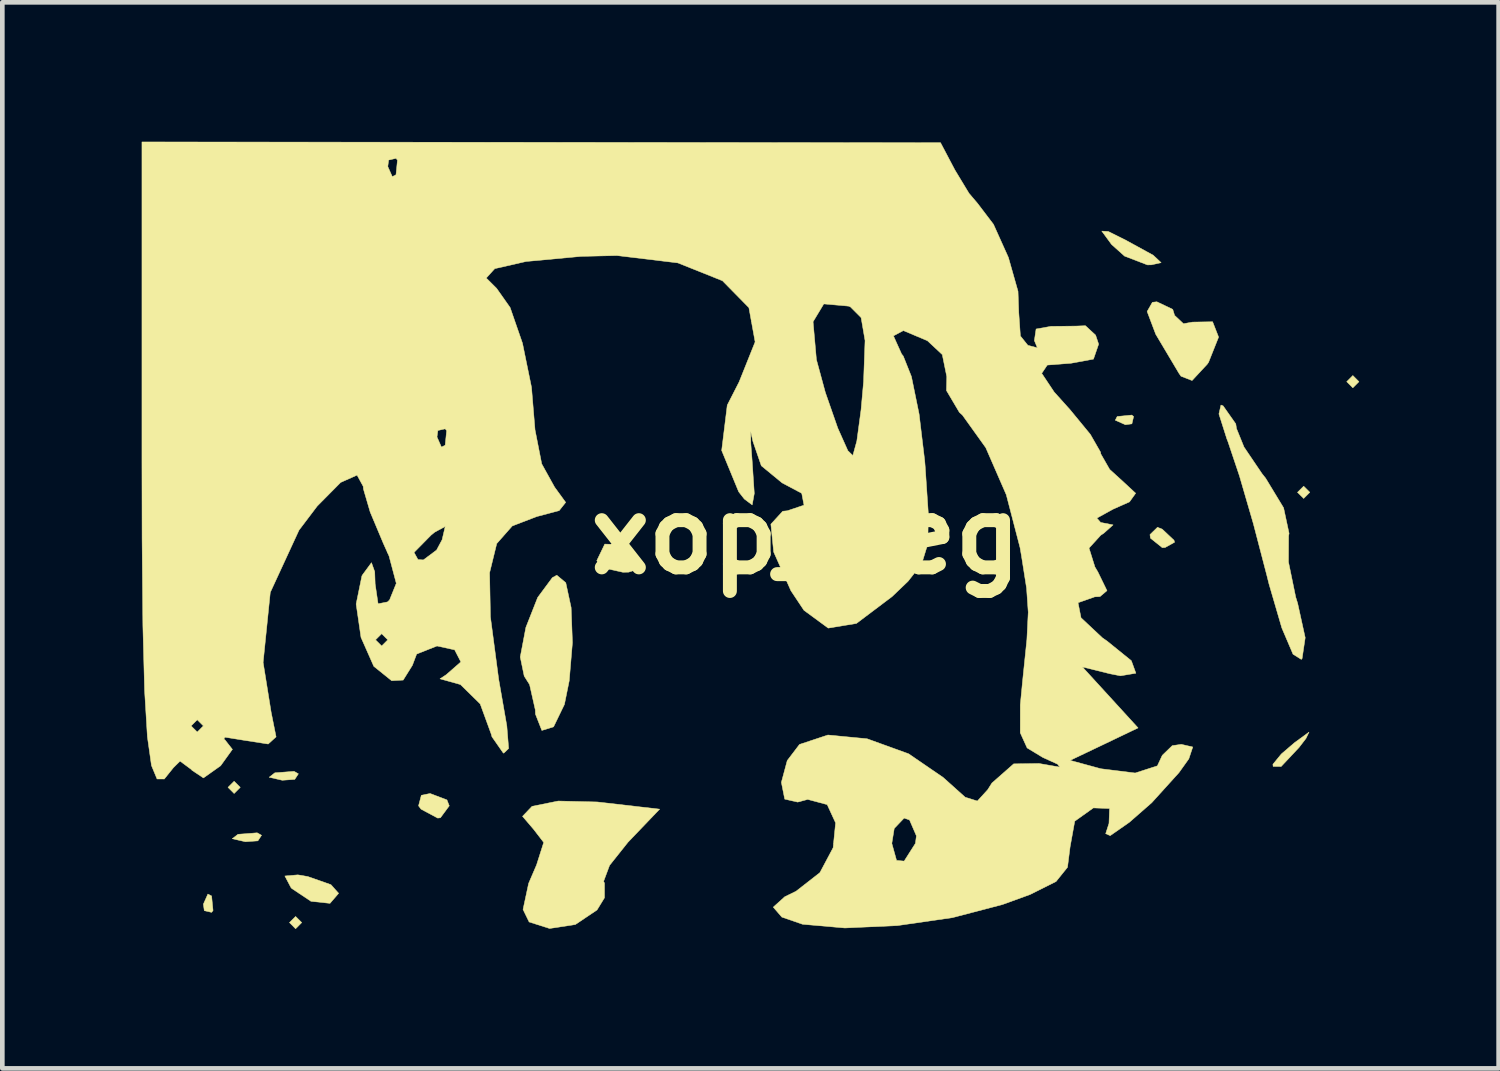
<source format=kicad_pcb>
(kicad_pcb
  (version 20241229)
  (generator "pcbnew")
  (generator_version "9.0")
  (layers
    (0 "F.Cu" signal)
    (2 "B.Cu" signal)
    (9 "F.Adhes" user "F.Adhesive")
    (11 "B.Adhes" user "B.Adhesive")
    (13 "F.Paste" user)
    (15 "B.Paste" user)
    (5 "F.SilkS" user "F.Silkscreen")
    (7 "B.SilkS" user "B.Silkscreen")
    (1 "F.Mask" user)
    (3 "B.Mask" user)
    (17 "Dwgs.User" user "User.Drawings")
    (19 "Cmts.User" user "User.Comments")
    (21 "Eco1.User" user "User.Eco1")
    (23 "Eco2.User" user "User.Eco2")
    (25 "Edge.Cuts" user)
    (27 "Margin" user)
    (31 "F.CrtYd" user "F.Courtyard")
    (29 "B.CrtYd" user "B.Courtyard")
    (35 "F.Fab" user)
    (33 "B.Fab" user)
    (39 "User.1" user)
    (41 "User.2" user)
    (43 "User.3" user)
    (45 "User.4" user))
  (footprint "xop_neg"
    (layer "F.Cu")
    (at 14.292 8.472)
    (property "Reference" "xop_neg" (at 0 0 0) (layer "F.SilkS") (effects (font (size 1.524 1.524) (thickness 0.3))))
    (attr through_hole)
    (fp_poly (pts (xy -12.171 5.424) (xy -12.303 5.556) (xy -12.435 5.424) (xy -12.303 5.292) (xy -12.171 5.424)) (stroke (width 0.01) (type solid)) (fill yes) (layer "F.SilkS"))
    (fp_poly (pts (xy -10.848 8.334) (xy -10.98 8.467) (xy -11.112 8.334) (xy -10.98 8.202) (xy -10.848 8.334)) (stroke (width 0.01) (type solid)) (fill yes) (layer "F.SilkS"))
    (fp_poly (pts (xy 10.848 -0.926) (xy 10.716 -0.794) (xy 10.583 -0.926) (xy 10.716 -1.058) (xy 10.848 -0.926)) (stroke (width 0.01) (type solid)) (fill yes) (layer "F.SilkS"))
    (fp_poly (pts (xy 11.906 -3.307) (xy 11.774 -3.175) (xy 11.642 -3.307) (xy 11.774 -3.44) (xy 11.906 -3.307)) (stroke (width 0.01) (type solid)) (fill yes) (layer "F.SilkS"))
    (fp_poly (pts (xy -12.788 7.761) (xy -12.757 8.075) (xy -12.788 8.114) (xy -12.945 8.078) (xy -12.965 7.938) (xy -12.868 7.72) (xy -12.788 7.761)) (stroke (width 0.01) (type solid)) (fill yes) (layer "F.SilkS"))
    (fp_poly (pts (xy -11.713 6.455) (xy -11.792 6.575) (xy -12.061 6.594) (xy -12.343 6.529) (xy -12.22 6.434) (xy -11.807 6.402) (xy -11.713 6.455)) (stroke (width 0.01) (type solid)) (fill yes) (layer "F.SilkS"))
    (fp_poly (pts (xy -10.92 5.132) (xy -10.998 5.252) (xy -11.267 5.271) (xy -11.549 5.206) (xy -11.427 5.111) (xy -11.013 5.079) (xy -10.92 5.132)) (stroke (width 0.01) (type solid)) (fill yes) (layer "F.SilkS"))
    (fp_poly (pts (xy 7.056 -2.558) (xy 7.019 -2.4) (xy 6.879 -2.381) (xy 6.661 -2.478) (xy 6.703 -2.558) (xy 7.017 -2.589) (xy 7.056 -2.558)) (stroke (width 0.01) (type solid)) (fill yes) (layer "F.SilkS"))
    (fp_poly (pts (xy -7.723 5.694) (xy -7.673 5.821) (xy -7.863 6.078) (xy -7.922 6.085) (xy -8.28 5.893) (xy -8.334 5.821) (xy -8.274 5.594) (xy -8.085 5.556) (xy -7.723 5.694)) (stroke (width 0.01) (type solid)) (fill yes) (layer "F.SilkS"))
    (fp_poly (pts (xy -3.945 0.2) (xy -3.702 0.4) (xy -3.534 0.702) (xy -3.812 0.792) (xy -3.936 0.794) (xy -4.384 0.695) (xy -4.498 0.545) (xy -4.326 0.188) (xy -3.945 0.2)) (stroke (width 0.01) (type solid)) (fill yes) (layer "F.SilkS"))
    (fp_poly (pts (xy 7.673 -0.132) (xy 7.925 0.105) (xy 7.938 0.148) (xy 7.733 0.262) (xy 7.673 0.265) (xy 7.419 0.061) (xy 7.408 -0.016) (xy 7.57 -0.174) (xy 7.673 -0.132)) (stroke (width 0.01) (type solid)) (fill yes) (layer "F.SilkS"))
    (fp_poly (pts (xy 10.765 4.372) (xy 10.617 4.564) (xy 10.231 4.975) (xy 10.059 4.974) (xy 10.054 4.927) (xy 10.235 4.706) (xy 10.517 4.464) (xy 10.831 4.235) (xy 10.765 4.372)) (stroke (width 0.01) (type solid)) (fill yes) (layer "F.SilkS"))
    (fp_poly (pts (xy -10.718 7.343) (xy -10.22 7.518) (xy -10.054 7.704) (xy -10.24 7.92) (xy -10.649 7.876) (xy -11.063 7.6) (xy -11.082 7.577) (xy -11.211 7.331) (xy -10.931 7.307) (xy -10.718 7.343)) (stroke (width 0.01) (type solid)) (fill yes) (layer "F.SilkS"))
    (fp_poly (pts (xy 6.511 -6.54) (xy 6.879 -6.357) (xy 7.478 -6.029) (xy 7.648 -5.869) (xy 7.438 -5.822) (xy 7.353 -5.821) (xy 6.861 -6.01) (xy 6.581 -6.261) (xy 6.371 -6.548) (xy 6.511 -6.54)) (stroke (width 0.01) (type solid)) (fill yes) (layer "F.SilkS"))
    (fp_poly (pts (xy 7.898 -4.864) (xy 7.938 -4.734) (xy 8.129 -4.555) (xy 8.326 -4.59) (xy 8.756 -4.597) (xy 8.885 -4.267) (xy 8.669 -3.725) (xy 8.642 -3.685) (xy 8.314 -3.332) (xy 8.076 -3.425) (xy 8.033 -3.486) (xy 7.532 -4.328) (xy 7.347 -4.818) (xy 7.46 -5.016) (xy 7.556 -5.027) (xy 7.898 -4.864)) (stroke (width 0.01) (type solid)) (fill yes) (layer "F.SilkS"))
    (fp_poly (pts (xy -5.165 1.02) (xy -5.05 1.554) (xy -5.022 2.308) (xy -5.091 3.13) (xy -5.194 3.638) (xy -5.428 4.121) (xy -5.68 4.199) (xy -5.818 3.847) (xy -5.821 3.757) (xy -5.944 3.212) (xy -6.06 3.029) (xy -6.145 2.619) (xy -6.024 1.981) (xy -5.77 1.337) (xy -5.454 0.91) (xy -5.358 0.858) (xy -5.165 1.02)) (stroke (width 0.01) (type solid)) (fill yes) (layer "F.SilkS"))
    (fp_poly (pts (xy -4.49 5.738) (xy -4.417 5.746) (xy -3.145 5.893) (xy -3.825 6.603) (xy -4.223 7.103) (xy -4.351 7.446) (xy -4.332 7.486) (xy -4.332 7.8) (xy -4.493 8.063) (xy -4.959 8.376) (xy -5.514 8.461) (xy -5.954 8.321) (xy -6.085 8.052) (xy -5.965 7.491) (xy -5.794 7.093) (xy -5.64 6.609) (xy -5.857 6.327) (xy -6.096 6.047) (xy -5.891 5.832) (xy -5.327 5.718) (xy -4.49 5.738)) (stroke (width 0.01) (type solid)) (fill yes) (layer "F.SilkS"))
    (fp_poly (pts (xy 8.982 -2.787) (xy 9.255 -2.399) (xy 9.27 -2.299) (xy 9.432 -1.9) (xy 9.82 -1.327) (xy 9.899 -1.227) (xy 10.284 -0.592) (xy 10.402 -0.042) (xy 10.392 0.012) (xy 10.389 0.574) (xy 10.545 1.331) (xy 10.586 1.462) (xy 10.749 2.203) (xy 10.682 2.651) (xy 10.665 2.67) (xy 10.487 2.558) (xy 10.246 1.993) (xy 9.97 1.048) (xy 9.923 0.86) (xy 9.633 -0.252) (xy 9.334 -1.279) (xy 9.086 -2.017) (xy 9.063 -2.075) (xy 8.892 -2.613) (xy 8.936 -2.805) (xy 8.982 -2.787)) (stroke (width 0.01) (type solid)) (fill yes) (layer "F.SilkS"))
    (fp_poly (pts (xy -5.694 -8.459) (xy 2.9 -8.451) (xy 3.21 -7.863) (xy 3.513 -7.362) (xy 3.698 -7.144) (xy 4.04 -6.694) (xy 4.361 -5.981) (xy 4.568 -5.252) (xy 4.584 -4.798) (xy 4.619 -4.291) (xy 4.78 -4.09) (xy 4.985 -4.036) (xy 4.92 -4.192) (xy 4.957 -4.441) (xy 5.276 -4.498) (xy 5.816 -4.504) (xy 6.019 -4.512) (xy 6.238 -4.309) (xy 6.303 -4.115) (xy 6.192 -3.793) (xy 5.708 -3.704) (xy 5.198 -3.665) (xy 5.078 -3.487) (xy 5.345 -3.086) (xy 5.689 -2.703) (xy 6.124 -2.174) (xy 6.344 -1.791) (xy 6.35 -1.752) (xy 6.54 -1.42) (xy 6.813 -1.172) (xy 7.1 -0.906) (xy 6.967 -0.72) (xy 6.615 -0.564) (xy 6.265 -0.371) (xy 6.346 -0.278) (xy 6.35 -0.277) (xy 6.614 -0.225) (xy 6.413 -0.045) (xy 6.35 -0.004) (xy 6.096 0.274) (xy 6.223 0.68) (xy 6.286 0.786) (xy 6.483 1.19) (xy 6.332 1.318) (xy 6.22 1.323) (xy 5.86 1.45) (xy 5.924 1.774) (xy 6.387 2.208) (xy 6.482 2.273) (xy 7.007 2.698) (xy 7.105 2.967) (xy 6.773 3.023) (xy 6.548 2.979) (xy 5.953 2.832) (xy 6.553 3.488) (xy 7.152 4.144) (xy 6.421 4.494) (xy 5.689 4.843) (xy 6.35 5.023) (xy 7.09 5.115) (xy 7.567 4.961) (xy 7.673 4.734) (xy 7.888 4.526) (xy 8.082 4.498) (xy 8.329 4.555) (xy 8.244 4.81) (xy 8.031 5.108) (xy 7.447 5.753) (xy 6.965 6.175) (xy 6.552 6.463) (xy 6.455 6.42) (xy 6.526 6.199) (xy 6.538 5.879) (xy 6.19 5.866) (xy 5.789 6.152) (xy 5.689 6.704) (xy 5.633 7.144) (xy 5.386 7.451) (xy 4.828 7.73) (xy 4.233 7.946) (xy 3.156 8.228) (xy 1.971 8.399) (xy 0.841 8.45) (xy -0.069 8.37) (xy -0.515 8.216) (xy -0.7 8.002) (xy -0.452 7.778) (xy -0.21 7.66) (xy 0.304 7.259) (xy 0.589 6.723) (xy 0.598 6.63) (xy 1.852 6.63) (xy 1.954 6.996) (xy 2.117 7.011) (xy 2.36 6.629) (xy 2.381 6.467) (xy 2.233 6.125) (xy 2.117 6.085) (xy 1.904 6.308) (xy 1.852 6.63) (xy 0.598 6.63) (xy 0.642 6.188) (xy 0.461 5.795) (xy 0.042 5.683) (xy -0.174 5.741) (xy -0.453 5.677) (xy -0.525 5.316) (xy -0.399 4.847) (xy -0.135 4.5) (xy 0.476 4.297) (xy 1.32 4.378) (xy 2.213 4.701) (xy 2.956 5.21) (xy 3.431 5.636) (xy 3.693 5.718) (xy 3.915 5.475) (xy 4.006 5.331) (xy 4.475 4.918) (xy 5.019 4.91) (xy 5.468 4.988) (xy 5.421 4.925) (xy 5.102 4.78) (xy 4.764 4.575) (xy 4.616 4.249) (xy 4.617 3.646) (xy 4.668 3.121) (xy 4.759 2.24) (xy 4.788 1.655) (xy 4.752 1.136) (xy 4.644 0.452) (xy 4.612 0.265) (xy 4.316 -0.873) (xy 3.874 -1.887) (xy 3.371 -2.589) (xy 3.306 -2.647) (xy 3.028 -3.117) (xy 3.035 -3.415) (xy 2.938 -3.89) (xy 2.618 -4.189) (xy 2.1 -4.407) (xy 1.887 -4.293) (xy 2.063 -3.902) (xy 2.098 -3.859) (xy 2.274 -3.417) (xy 2.439 -2.611) (xy 2.56 -1.605) (xy 2.57 -1.48) (xy 2.638 -0.462) (xy 2.626 0.185) (xy 2.493 0.617) (xy 2.201 0.989) (xy 1.857 1.318) (xy 1.09 1.896) (xy 0.483 1.996) (xy -0.039 1.613) (xy -0.32 1.191) (xy -0.691 0.357) (xy -0.751 -0.241) (xy -0.496 -0.519) (xy -0.397 -0.529) (xy -0.038 -0.65) (xy -0.087 -0.905) (xy -0.51 -1.13) (xy -0.957 -1.498) (xy -1.137 -2.021) (xy -1.186 -2.241) (xy -1.183 -1.983) (xy -1.154 -1.6) (xy -1.108 -0.902) (xy -1.153 -0.655) (xy -1.323 -0.783) (xy -1.444 -0.938) (xy -1.81 -1.827) (xy -1.69 -2.802) (xy -1.435 -3.301) (xy -1.09 -4.163) (xy -1.169 -4.598) (xy 0.157 -4.598) (xy 0.229 -3.783) (xy 0.421 -3.076) (xy 0.688 -2.31) (xy 0.906 -1.822) (xy 1.013 -1.718) (xy 1.099 -2.03) (xy 1.19 -2.703) (xy 1.244 -3.305) (xy 1.276 -4.192) (xy 1.191 -4.686) (xy 0.962 -4.916) (xy 0.923 -4.933) (xy 0.388 -4.981) (xy 0.157 -4.598) (xy -1.169 -4.598) (xy -1.224 -4.9) (xy -1.793 -5.479) (xy -2.754 -5.864) (xy -4.063 -6.022) (xy -4.838 -6.004) (xy -6.02 -5.894) (xy -6.694 -5.74) (xy -6.877 -5.538) (xy -6.654 -5.316) (xy -6.363 -4.903) (xy -6.097 -4.135) (xy -5.903 -3.187) (xy -5.827 -2.27) (xy -5.683 -1.538) (xy -5.406 -1.038) (xy -5.167 -0.71) (xy -5.308 -0.532) (xy -5.791 -0.404) (xy -6.317 -0.202) (xy -6.651 0.177) (xy -6.805 0.805) (xy -6.787 1.755) (xy -6.609 3.099) (xy -6.434 4.101) (xy -6.395 4.587) (xy -6.501 4.689) (xy -6.518 4.674) (xy -6.754 4.335) (xy -6.77 4.277) (xy -7.007 3.628) (xy -7.432 3.211) (xy -7.635 3.154) (xy -7.872 3.088) (xy -7.739 3) (xy -7.423 2.724) (xy -7.557 2.464) (xy -7.937 2.381) (xy -8.375 2.555) (xy -8.467 2.798) (xy -8.665 3.115) (xy -8.913 3.128) (xy -9.297 2.819) (xy -9.549 2.249) (xy -9.26 2.249) (xy -9.128 2.381) (xy -8.996 2.249) (xy -9.128 2.117) (xy -9.26 2.249) (xy -9.549 2.249) (xy -9.572 2.198) (xy -9.677 1.478) (xy -9.553 0.873) (xy -9.542 0.853) (xy -9.347 0.588) (xy -9.277 0.783) (xy -9.268 1.045) (xy -9.205 1.473) (xy -9.002 1.433) (xy -8.958 1.391) (xy -8.813 1.033) (xy -8.969 0.445) (xy -9.004 0.368) (xy -8.431 0.368) (xy -8.346 0.521) (xy -8.23 0.529) (xy -7.946 0.317) (xy -7.827 0.095) (xy -7.76 -0.191) (xy -7.985 -0.069) (xy -8.064 -0.005) (xy -8.431 0.368) (xy -9.004 0.368) (xy -9.091 0.174) (xy -9.375 -0.502) (xy -9.52 -0.997) (xy -9.525 -1.054) (xy -9.657 -1.296) (xy -10.01 -1.139) (xy -10.515 -0.629) (xy -10.907 -0.111) (xy -11.525 1.228) (xy -11.679 2.735) (xy -11.506 3.809) (xy -11.4 4.337) (xy -11.57 4.491) (xy -12.066 4.414) (xy -12.5 4.344) (xy -12.526 4.387) (xy -12.504 4.397) (xy -12.34 4.606) (xy -12.594 4.959) (xy -12.964 5.221) (xy -13.212 5.055) (xy -13.22 5.042) (xy -13.467 4.859) (xy -13.609 4.999) (xy -13.806 5.244) (xy -13.962 5.243) (xy -14.082 4.954) (xy -14.17 4.334) (xy -14.184 4.101) (xy -13.229 4.101) (xy -13.097 4.233) (xy -12.965 4.101) (xy -13.097 3.969) (xy -13.229 4.101) (xy -14.184 4.101) (xy -14.23 3.342) (xy -14.267 1.936) (xy -14.284 0.073) (xy -14.287 -1.588) (xy -14.287 -2.117) (xy -7.937 -2.117) (xy -7.841 -1.899) (xy -7.761 -1.94) (xy -7.729 -2.254) (xy -7.761 -2.293) (xy -7.918 -2.257) (xy -7.937 -2.117) (xy -14.287 -2.117) (xy -14.287 -7.938) (xy -8.996 -7.938) (xy -8.899 -7.72) (xy -8.819 -7.761) (xy -8.788 -8.075) (xy -8.819 -8.114) (xy -8.977 -8.078) (xy -8.996 -7.938) (xy -14.287 -7.938) (xy -14.287 -8.467) (xy -5.694 -8.459)) (stroke (width 0.01) (type solid)) (fill yes) (layer "F.SilkS")))
  (gr_rect
    (start -3 -3)
    (end 29.204 19.944)
    (stroke (width 0.1) (type default))
    (fill no)
    (layer "Edge.Cuts")))
</source>
